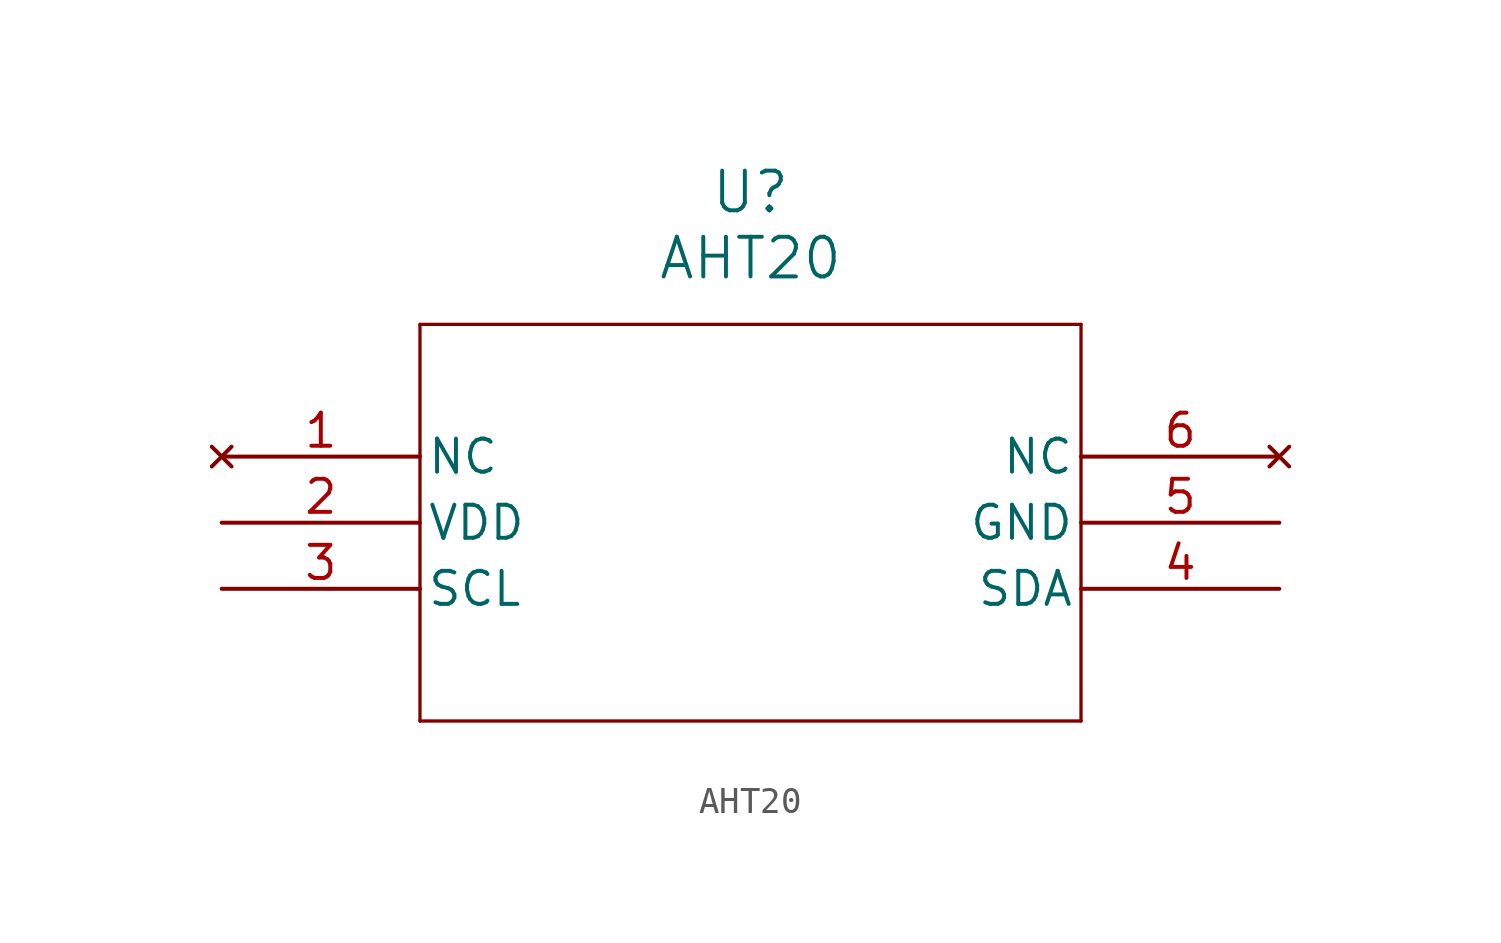
<source format=kicad_sym>
(kicad_symbol_lib
  (version 20211014)
  (generator kicad_symbol_editor)
  (symbol "AHT20"
    (pin_names
      (offset 0.254))
    (property "Reference" "U"
      (at 20.32 10.16 0)
      (effects (font (size 1.524 1.524))))
    (property "Value" "AHT20"
      (at 20.32 7.62 0)
      (effects (font (size 1.524 1.524))))
    (symbol "AHT20_0_1"
      (polyline (pts (xy 7.62 5.08) (xy 7.62 -10.16)) (stroke (width 0.127) (type default) (color 0 0 0 0)) (fill (type none)))
      (polyline (pts (xy 7.62 -10.16) (xy 33.02 -10.16)) (stroke (width 0.127) (type default) (color 0 0 0 0)) (fill (type none)))
      (polyline (pts (xy 33.02 -10.16) (xy 33.02 5.08)) (stroke (width 0.127) (type default) (color 0 0 0 0)) (fill (type none)))
      (polyline (pts (xy 33.02 5.08) (xy 7.62 5.08)) (stroke (width 0.127) (type default) (color 0 0 0 0)) (fill (type none)))
      (pin no_connect line (at 0 0 0) (length 7.62) (name "NC" (effects (font (size 1.27 1.27)))) (number "1" (effects (font (size 1.27 1.27)))))
      (pin power_in line (at 0 -2.54 0) (length 7.62) (name "VDD" (effects (font (size 1.27 1.27)))) (number "2" (effects (font (size 1.27 1.27)))))
      (pin input line (at 0 -5.08 0) (length 7.62) (name "SCL" (effects (font (size 1.27 1.27)))) (number "3" (effects (font (size 1.27 1.27)))))
      (pin bidirectional line (at 40.64 -5.08 180) (length 7.62) (name "SDA" (effects (font (size 1.27 1.27)))) (number "4" (effects (font (size 1.27 1.27)))))
      (pin power_out line (at 40.64 -2.54 180) (length 7.62) (name "GND" (effects (font (size 1.27 1.27)))) (number "5" (effects (font (size 1.27 1.27)))))
      (pin no_connect line (at 40.64 0 180) (length 7.62) (name "NC" (effects (font (size 1.27 1.27)))) (number "6" (effects (font (size 1.27 1.27))))))))
</source>
